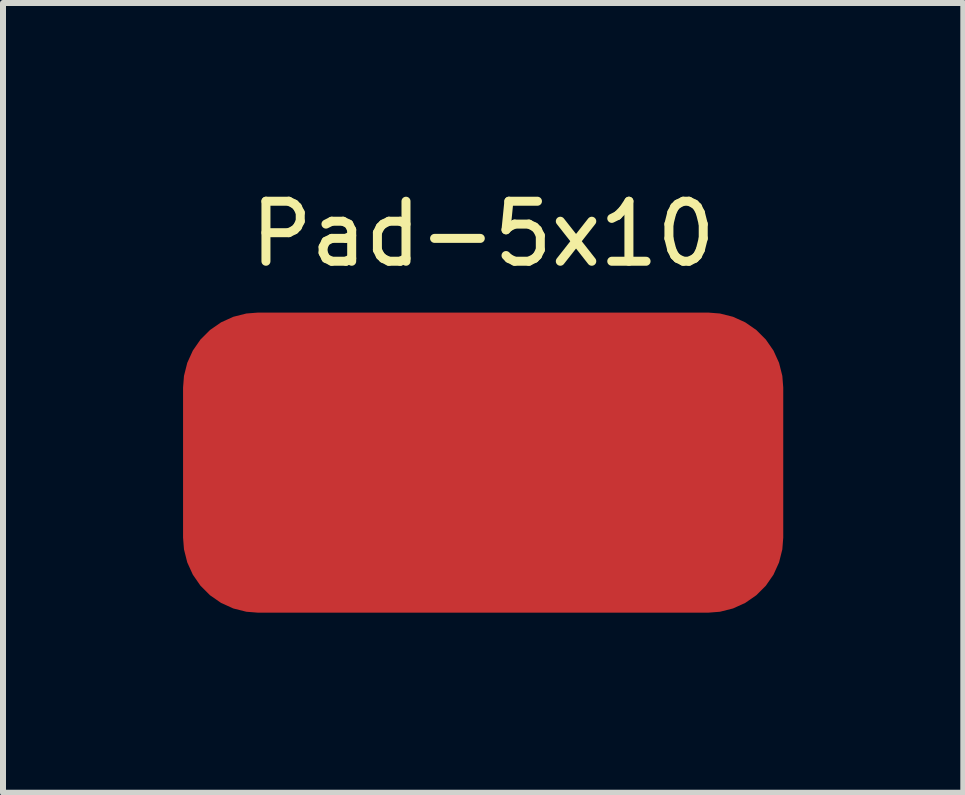
<source format=kicad_pcb>
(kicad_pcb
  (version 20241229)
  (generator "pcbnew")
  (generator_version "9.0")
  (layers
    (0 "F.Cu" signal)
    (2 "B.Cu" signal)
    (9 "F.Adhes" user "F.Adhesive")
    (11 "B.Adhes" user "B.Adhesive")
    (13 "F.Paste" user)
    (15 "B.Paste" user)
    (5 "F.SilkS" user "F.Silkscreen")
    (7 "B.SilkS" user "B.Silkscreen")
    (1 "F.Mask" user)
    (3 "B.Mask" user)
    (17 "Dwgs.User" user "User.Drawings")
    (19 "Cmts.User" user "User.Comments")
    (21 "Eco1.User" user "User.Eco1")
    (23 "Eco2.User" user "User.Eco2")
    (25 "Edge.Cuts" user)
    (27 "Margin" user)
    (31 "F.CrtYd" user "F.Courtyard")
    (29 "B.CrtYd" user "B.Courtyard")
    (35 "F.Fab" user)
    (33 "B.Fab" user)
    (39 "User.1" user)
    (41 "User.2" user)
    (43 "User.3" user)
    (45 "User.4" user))
  (footprint "Pad-5x10"
    (layer "F.Cu")
    (at 5 4.658)
    (property "Reference" "Pad-5x10" (at 0 -3.81 0) (layer "F.SilkS") (effects (font (size 1 1) (thickness 0.15))))
    (attr through_hole)
    (pad "1" smd roundrect (at 0 0) (size 10 5) (layers "F.Cu" "F.Mask" "F.Paste") (roundrect_rratio 0.25)))
  (gr_rect
    (start -3 -3)
    (end 13 10.158)
    (stroke (width 0.1) (type default))
    (fill no)
    (layer "Edge.Cuts")))
</source>
